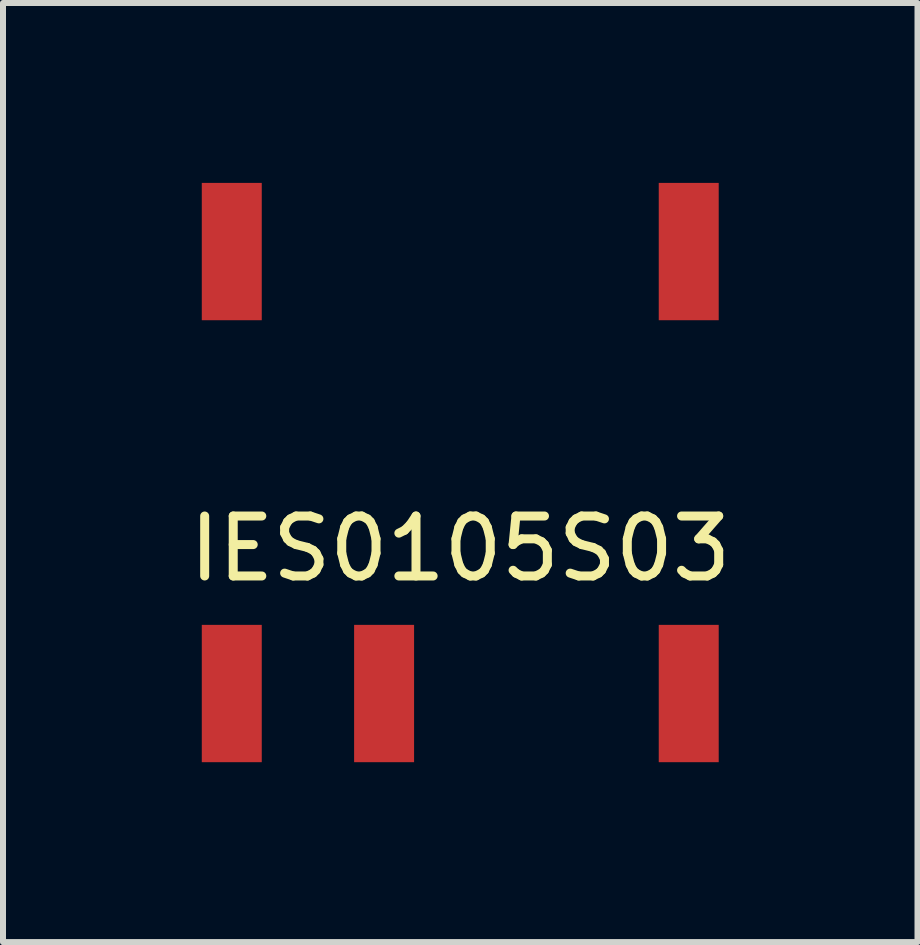
<source format=kicad_pcb>
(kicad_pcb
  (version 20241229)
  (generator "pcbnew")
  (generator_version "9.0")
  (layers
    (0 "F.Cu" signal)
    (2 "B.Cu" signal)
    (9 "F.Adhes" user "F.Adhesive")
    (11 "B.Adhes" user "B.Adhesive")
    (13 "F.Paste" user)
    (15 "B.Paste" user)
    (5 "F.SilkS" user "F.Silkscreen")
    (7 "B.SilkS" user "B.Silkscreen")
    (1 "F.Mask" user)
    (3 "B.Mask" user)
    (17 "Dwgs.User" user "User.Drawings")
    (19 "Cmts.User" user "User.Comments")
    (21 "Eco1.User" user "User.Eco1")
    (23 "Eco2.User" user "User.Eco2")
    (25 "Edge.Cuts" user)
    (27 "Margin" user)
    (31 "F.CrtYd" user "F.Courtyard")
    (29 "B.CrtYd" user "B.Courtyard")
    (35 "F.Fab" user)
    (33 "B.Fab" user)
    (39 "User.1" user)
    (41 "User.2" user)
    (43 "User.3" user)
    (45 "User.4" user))
  (footprint "IES0105S03"
    (layer "F.Cu")
    (at 0.815 7.37)
    (property "Reference" "IES0105S03" (at 3.81 -1.27 0) (layer "F.SilkS") (effects (font (size 1 1) (thickness 0.15))))
    (attr through_hole)
    (pad "1" smd rect (at 0 0) (size 1 2.29) (drill (offset 0 1.145)) (layers "F.Cu" "F.Mask" "F.Paste"))
    (pad "2" smd rect (at 2.54 0) (size 1 2.29) (drill (offset 0 1.145)) (layers "F.Cu" "F.Mask" "F.Paste"))
    (pad "4" smd rect (at 7.62 0) (size 1 2.29) (drill (offset 0 1.145)) (layers "F.Cu" "F.Mask" "F.Paste"))
    (pad "5" smd rect (at 7.62 -5.08 180) (size 1 2.29) (drill (offset 0 1.145)) (layers "F.Cu" "F.Mask" "F.Paste"))
    (pad "8" smd rect (at 0 -5.08 180) (size 1 2.29) (drill (offset 0 1.145)) (layers "F.Cu" "F.Mask" "F.Paste")))
  (gr_rect
    (start -3 -3)
    (end 12.25 12.66)
    (stroke (width 0.1) (type default))
    (fill no)
    (layer "Edge.Cuts")))
</source>
